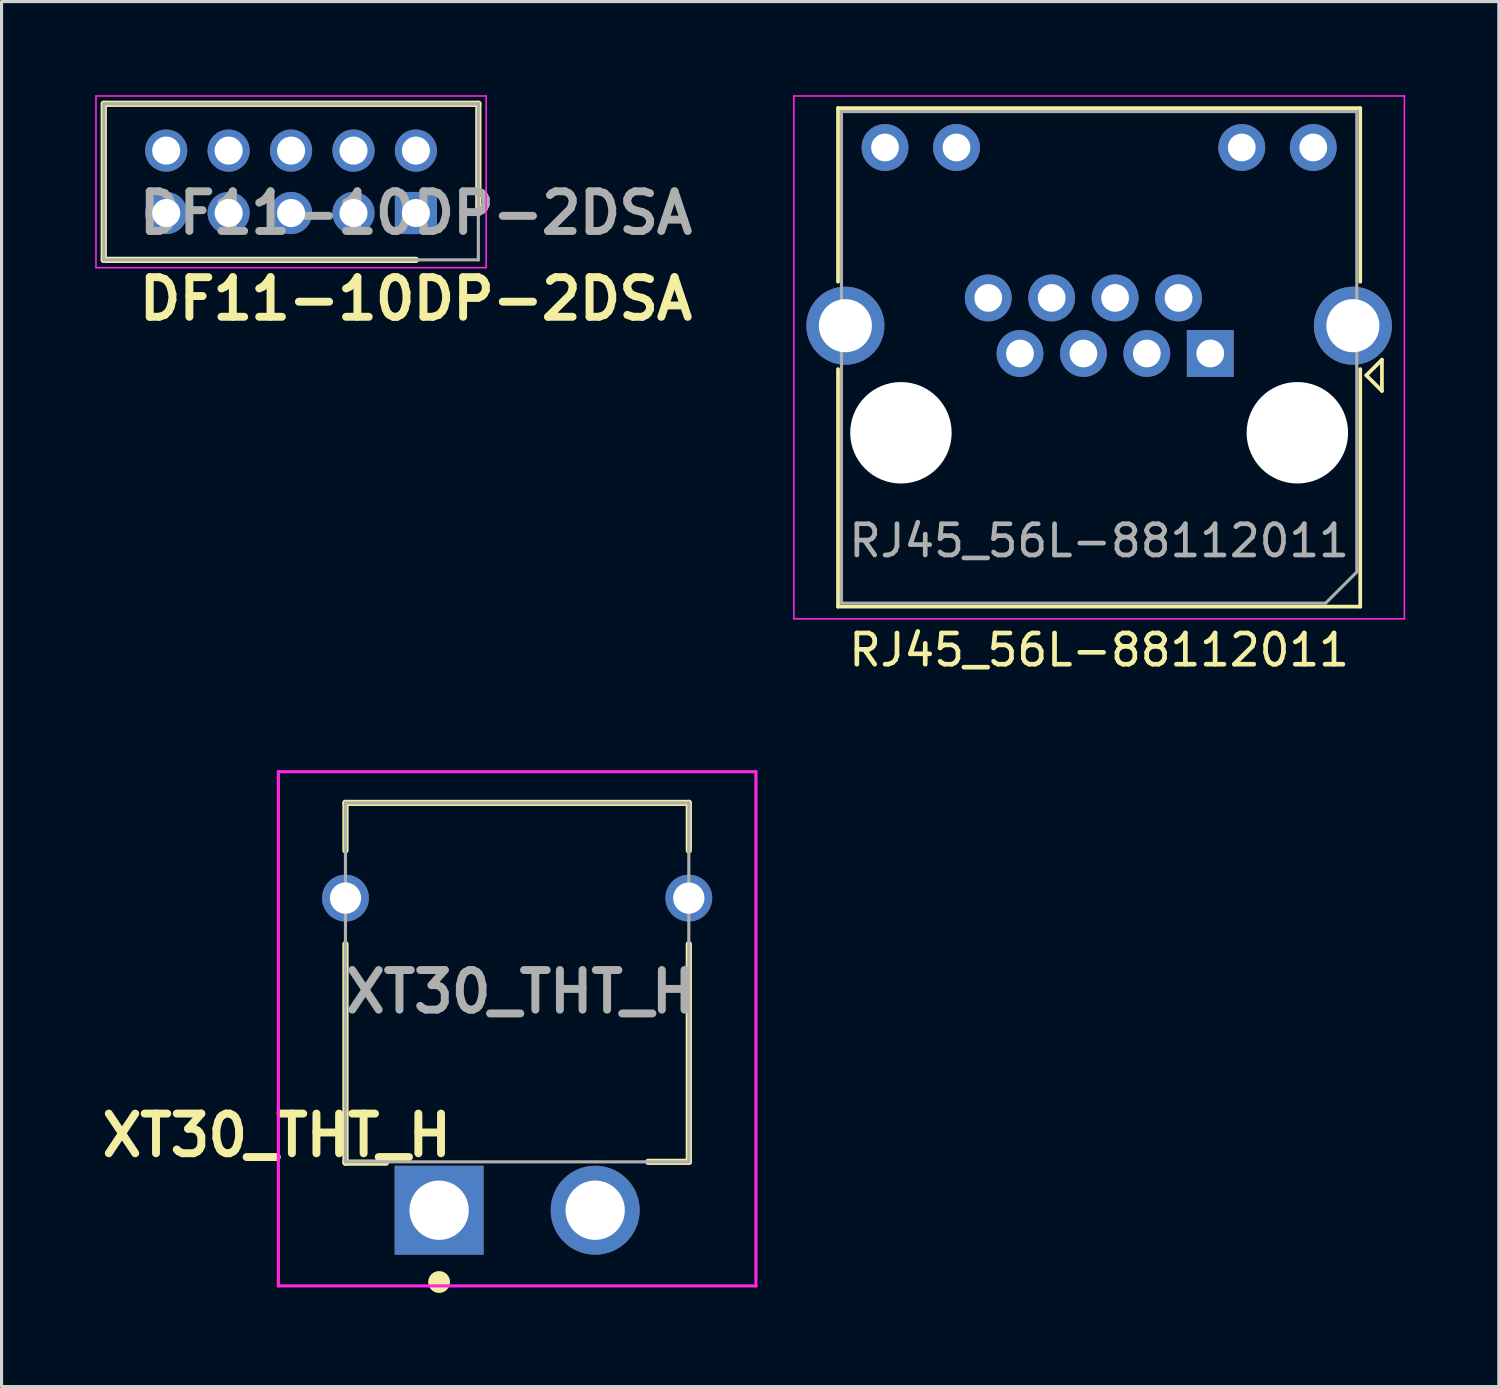
<source format=kicad_pcb>
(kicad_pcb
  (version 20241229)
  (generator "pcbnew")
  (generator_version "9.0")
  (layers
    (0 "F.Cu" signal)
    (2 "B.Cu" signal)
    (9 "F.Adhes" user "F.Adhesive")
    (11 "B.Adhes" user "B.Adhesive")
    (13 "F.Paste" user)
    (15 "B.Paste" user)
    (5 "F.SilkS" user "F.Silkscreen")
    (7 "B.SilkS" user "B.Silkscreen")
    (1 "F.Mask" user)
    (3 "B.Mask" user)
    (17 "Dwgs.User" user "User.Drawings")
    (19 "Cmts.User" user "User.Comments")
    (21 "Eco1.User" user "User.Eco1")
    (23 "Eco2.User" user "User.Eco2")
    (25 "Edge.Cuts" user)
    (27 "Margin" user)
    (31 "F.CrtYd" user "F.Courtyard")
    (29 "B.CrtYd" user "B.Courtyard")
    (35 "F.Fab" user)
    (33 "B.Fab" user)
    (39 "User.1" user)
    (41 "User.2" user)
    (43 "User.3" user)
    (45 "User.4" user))
  (footprint "DF11-10DP-2DSA"
    (layer "F.Cu")
    (at 10.275 3.775)
    (property "Reference" "DF11-10DP-2DSA" (at 0 2.75 0) (layer "F.SilkS") (effects (font (size 1.27 1.27) (thickness 0.254))))
    (attr through_hole)
    (fp_line (start -10 -3.5) (end 2 -3.5) (stroke (width 0.2) (type solid)) (layer "F.SilkS"))
    (fp_line (start -10 1.5) (end -10 -3.5) (stroke (width 0.2) (type solid)) (layer "F.SilkS"))
    (fp_line (start 0 1.5) (end -10 1.5) (stroke (width 0.2) (type solid)) (layer "F.SilkS"))
    (fp_line (start 2 -3.5) (end 2 0) (stroke (width 0.2) (type solid)) (layer "F.SilkS"))
    (fp_line (start -10.25 -3.75) (end 2.25 -3.75) (stroke (width 0.05) (type solid)) (layer "F.CrtYd"))
    (fp_line (start -10.25 1.75) (end -10.25 -3.75) (stroke (width 0.05) (type solid)) (layer "F.CrtYd"))
    (fp_line (start 2.25 -3.75) (end 2.25 1.75) (stroke (width 0.05) (type solid)) (layer "F.CrtYd"))
    (fp_line (start 2.25 1.75) (end -10.25 1.75) (stroke (width 0.05) (type solid)) (layer "F.CrtYd"))
    (fp_line (start -10 -3.5) (end 2 -3.5) (stroke (width 0.1) (type solid)) (layer "F.Fab"))
    (fp_line (start -10 1.5) (end -10 -3.5) (stroke (width 0.1) (type solid)) (layer "F.Fab"))
    (fp_line (start 2 -3.5) (end 2 1.5) (stroke (width 0.1) (type solid)) (layer "F.Fab"))
    (fp_line (start 2 1.5) (end -10 1.5) (stroke (width 0.1) (type solid)) (layer "F.Fab"))
    (fp_text user "${REFERENCE}" (at 0 0 0) (layer "F.Fab") (effects (font (size 1.27 1.27) (thickness 0.254))))
    (pad "1" thru_hole rect (at 0 0) (size 1.35 1.35) (drill 0.9) (layers "*.Cu" "*.Mask"))
    (pad "2" thru_hole circle (at 0 -2) (size 1.35 1.35) (drill 0.9) (layers "*.Cu" "*.Mask"))
    (pad "3" thru_hole circle (at -2 0) (size 1.35 1.35) (drill 0.9) (layers "*.Cu" "*.Mask"))
    (pad "4" thru_hole circle (at -2 -2) (size 1.35 1.35) (drill 0.9) (layers "*.Cu" "*.Mask"))
    (pad "5" thru_hole circle (at -4 0) (size 1.35 1.35) (drill 0.9) (layers "*.Cu" "*.Mask"))
    (pad "6" thru_hole circle (at -4 -2) (size 1.35 1.35) (drill 0.9) (layers "*.Cu" "*.Mask"))
    (pad "7" thru_hole circle (at -6 0) (size 1.35 1.35) (drill 0.9) (layers "*.Cu" "*.Mask"))
    (pad "8" thru_hole circle (at -6 -2) (size 1.35 1.35) (drill 0.9) (layers "*.Cu" "*.Mask"))
    (pad "9" thru_hole circle (at -8 0) (size 1.35 1.35) (drill 0.9) (layers "*.Cu" "*.Mask"))
    (pad "10" thru_hole circle (at -8 -2) (size 1.35 1.35) (drill 0.9) (layers "*.Cu" "*.Mask")))
  (footprint "RJ45_56L-88112011"
    (layer "F.Cu")
    (at 35.724 8.275)
    (property "Reference" "RJ45_56L-88112011" (at -3.56 9.5 180) (layer "F.SilkS") (effects (font (size 1 1) (thickness 0.15))))
    (attr through_hole)
    (fp_line (start -11.925 -7.86) (end -11.925 -2.3) (stroke (width 0.12) (type solid)) (layer "F.SilkS"))
    (fp_line (start -11.925 8.11) (end -11.925 0.5) (stroke (width 0.12) (type solid)) (layer "F.SilkS"))
    (fp_line (start 4.805 -7.86) (end -11.925 -7.86) (stroke (width 0.12) (type solid)) (layer "F.SilkS"))
    (fp_line (start 4.805 -7.86) (end 4.805 -2.3) (stroke (width 0.12) (type solid)) (layer "F.SilkS"))
    (fp_line (start 4.805 8.11) (end -11.925 8.11) (stroke (width 0.12) (type solid)) (layer "F.SilkS"))
    (fp_line (start 4.805 8.11) (end 4.805 0.5) (stroke (width 0.12) (type solid)) (layer "F.SilkS"))
    (fp_line (start 5 0.7) (end 5.5 0.2) (stroke (width 0.12) (type solid)) (layer "F.SilkS"))
    (fp_line (start 5.5 0.2) (end 5.5 1.2) (stroke (width 0.12) (type solid)) (layer "F.SilkS"))
    (fp_line (start 5.5 1.2) (end 5 0.7) (stroke (width 0.12) (type solid)) (layer "F.SilkS"))
    (fp_line (start -13.34 8.5) (end -13.34 -8.25) (stroke (width 0.05) (type solid)) (layer "F.CrtYd"))
    (fp_line (start 6.22 -8.25) (end -13.34 -8.25) (stroke (width 0.05) (type solid)) (layer "F.CrtYd"))
    (fp_line (start 6.22 8.5) (end -13.34 8.5) (stroke (width 0.05) (type solid)) (layer "F.CrtYd"))
    (fp_line (start 6.22 8.5) (end 6.22 -8.25) (stroke (width 0.05) (type solid)) (layer "F.CrtYd"))
    (fp_line (start -11.815 8) (end -11.815 -7.75) (stroke (width 0.1) (type solid)) (layer "F.Fab"))
    (fp_line (start 3.695 8) (end -11.815 8) (stroke (width 0.1) (type solid)) (layer "F.Fab"))
    (fp_line (start 4.695 -7.75) (end -11.815 -7.75) (stroke (width 0.1) (type solid)) (layer "F.Fab"))
    (fp_line (start 4.695 7) (end 3.695 8) (stroke (width 0.1) (type solid)) (layer "F.Fab"))
    (fp_line (start 4.695 7) (end 4.695 -7.75) (stroke (width 0.1) (type solid)) (layer "F.Fab"))
    (fp_text user "${REFERENCE}" (at -3.56 6 180) (layer "F.Fab") (effects (font (size 1 1) (thickness 0.15))))
    (pad "" np_thru_hole circle (at -9.91 2.54 180) (size 3.25 3.25) (drill 3.25) (layers "*.Cu" "*.Mask"))
    (pad "" np_thru_hole circle (at 2.79 2.54 180) (size 3.25 3.25) (drill 3.25) (layers "*.Cu" "*.Mask"))
    (pad "1" thru_hole rect (at 0 0 180) (size 1.5 1.5) (drill 0.89) (layers "*.Cu" "*.Mask"))
    (pad "2" thru_hole circle (at -1.016 -1.78 180) (size 1.5 1.5) (drill 0.89) (layers "*.Cu" "*.Mask"))
    (pad "3" thru_hole circle (at -2.032 0 180) (size 1.5 1.5) (drill 0.89) (layers "*.Cu" "*.Mask"))
    (pad "4" thru_hole circle (at -3.048 -1.78 180) (size 1.5 1.5) (drill 0.89) (layers "*.Cu" "*.Mask"))
    (pad "5" thru_hole circle (at -4.064 0 180) (size 1.5 1.5) (drill 0.89) (layers "*.Cu" "*.Mask"))
    (pad "6" thru_hole circle (at -5.08 -1.78 180) (size 1.5 1.5) (drill 0.89) (layers "*.Cu" "*.Mask"))
    (pad "7" thru_hole circle (at -6.096 0 180) (size 1.5 1.5) (drill 0.89) (layers "*.Cu" "*.Mask"))
    (pad "8" thru_hole circle (at -7.112 -1.78 180) (size 1.5 1.5) (drill 0.89) (layers "*.Cu" "*.Mask"))
    (pad "9" thru_hole circle (at 3.3 -6.6 180) (size 1.5 1.5) (drill 0.89) (layers "*.Cu" "*.Mask"))
    (pad "10" thru_hole circle (at 1.01 -6.6 180) (size 1.5 1.5) (drill 0.89) (layers "*.Cu" "*.Mask"))
    (pad "11" thru_hole circle (at -8.13 -6.6 180) (size 1.5 1.5) (drill 0.89) (layers "*.Cu" "*.Mask"))
    (pad "12" thru_hole circle (at -10.42 -6.6 180) (size 1.5 1.5) (drill 0.89) (layers "*.Cu" "*.Mask"))
    (pad "SH" thru_hole circle (at -11.69 -0.89 180) (size 2.5 2.5) (drill 1.7) (layers "*.Cu" "*.Mask"))
    (pad "SH" thru_hole circle (at 4.57 -0.89 180) (size 2.5 2.5) (drill 1.7) (layers "*.Cu" "*.Mask")))
  (footprint "XT30_THT_H"
    (layer "F.Cu")
    (at 11.018 35.723)
    (property "Reference" "XT30_THT_H" (at -5.2 -2.4 0) (layer "F.SilkS") (effects (font (size 1.27 1.27) (thickness 0.254))))
    (attr through_hole)
    (fp_line (start -3 -13.05) (end 8 -13.05) (stroke (width 0.2) (type solid)) (layer "F.SilkS"))
    (fp_line (start -3 -11.525) (end -3 -13.05) (stroke (width 0.2) (type solid)) (layer "F.SilkS"))
    (fp_line (start -3 -1.525) (end -3 -8.525) (stroke (width 0.2) (type solid)) (layer "F.SilkS"))
    (fp_line (start -1.7 -1.525) (end -3 -1.525) (stroke (width 0.2) (type solid)) (layer "F.SilkS"))
    (fp_line (start 8 -13.05) (end 8 -11.525) (stroke (width 0.2) (type solid)) (layer "F.SilkS"))
    (fp_line (start 8 -8.525) (end 8 -1.55) (stroke (width 0.2) (type solid)) (layer "F.SilkS"))
    (fp_line (start 8 -1.55) (end 6.7 -1.55) (stroke (width 0.2) (type solid)) (layer "F.SilkS"))
    (fp_circle (center 0 2.3) (end 0.3 2.3) (stroke (width 0.1) (type default)) (fill yes) (layer "F.SilkS"))
    (fp_line (start -5.15 -14.05) (end 10.15 -14.05) (stroke (width 0.1) (type solid)) (layer "F.CrtYd"))
    (fp_line (start -5.15 2.425) (end -5.15 -14.05) (stroke (width 0.1) (type solid)) (layer "F.CrtYd"))
    (fp_line (start 10.15 -14.05) (end 10.15 2.425) (stroke (width 0.1) (type solid)) (layer "F.CrtYd"))
    (fp_line (start 10.15 2.425) (end -5.15 2.425) (stroke (width 0.1) (type solid)) (layer "F.CrtYd"))
    (fp_line (start -3 -13.05) (end 8 -13.05) (stroke (width 0.1) (type solid)) (layer "F.Fab"))
    (fp_line (start -3 -1.55) (end -3 -13.05) (stroke (width 0.1) (type solid)) (layer "F.Fab"))
    (fp_line (start 8 -13.05) (end 8 -1.55) (stroke (width 0.1) (type solid)) (layer "F.Fab"))
    (fp_line (start 8 -11.525) (end 8 -11.525) (stroke (width 0.1) (type solid)) (layer "F.Fab"))
    (fp_line (start 8 -1.55) (end -3 -1.55) (stroke (width 0.1) (type solid)) (layer "F.Fab"))
    (fp_text user "${REFERENCE}" (at 2.6 -7 0) (layer "F.Fab") (effects (font (size 1.27 1.27) (thickness 0.254))))
    (pad "1" thru_hole rect (at 0 0) (size 2.85 2.85) (drill 1.9) (layers "*.Cu" "*.Mask"))
    (pad "2" thru_hole circle (at 5 0) (size 2.85 2.85) (drill 1.9) (layers "*.Cu" "*.Mask"))
    (pad "3" thru_hole circle (at -3 -10) (size 1.5 1.5) (drill 1) (layers "*.Cu" "*.Mask"))
    (pad "4" thru_hole circle (at 8 -10) (size 1.5 1.5) (drill 1) (layers "*.Cu" "*.Mask")))
  (gr_rect
    (start -3 -3)
    (end 44.969 41.373)
    (stroke (width 0.1) (type default))
    (fill no)
    (layer "Edge.Cuts")))
</source>
